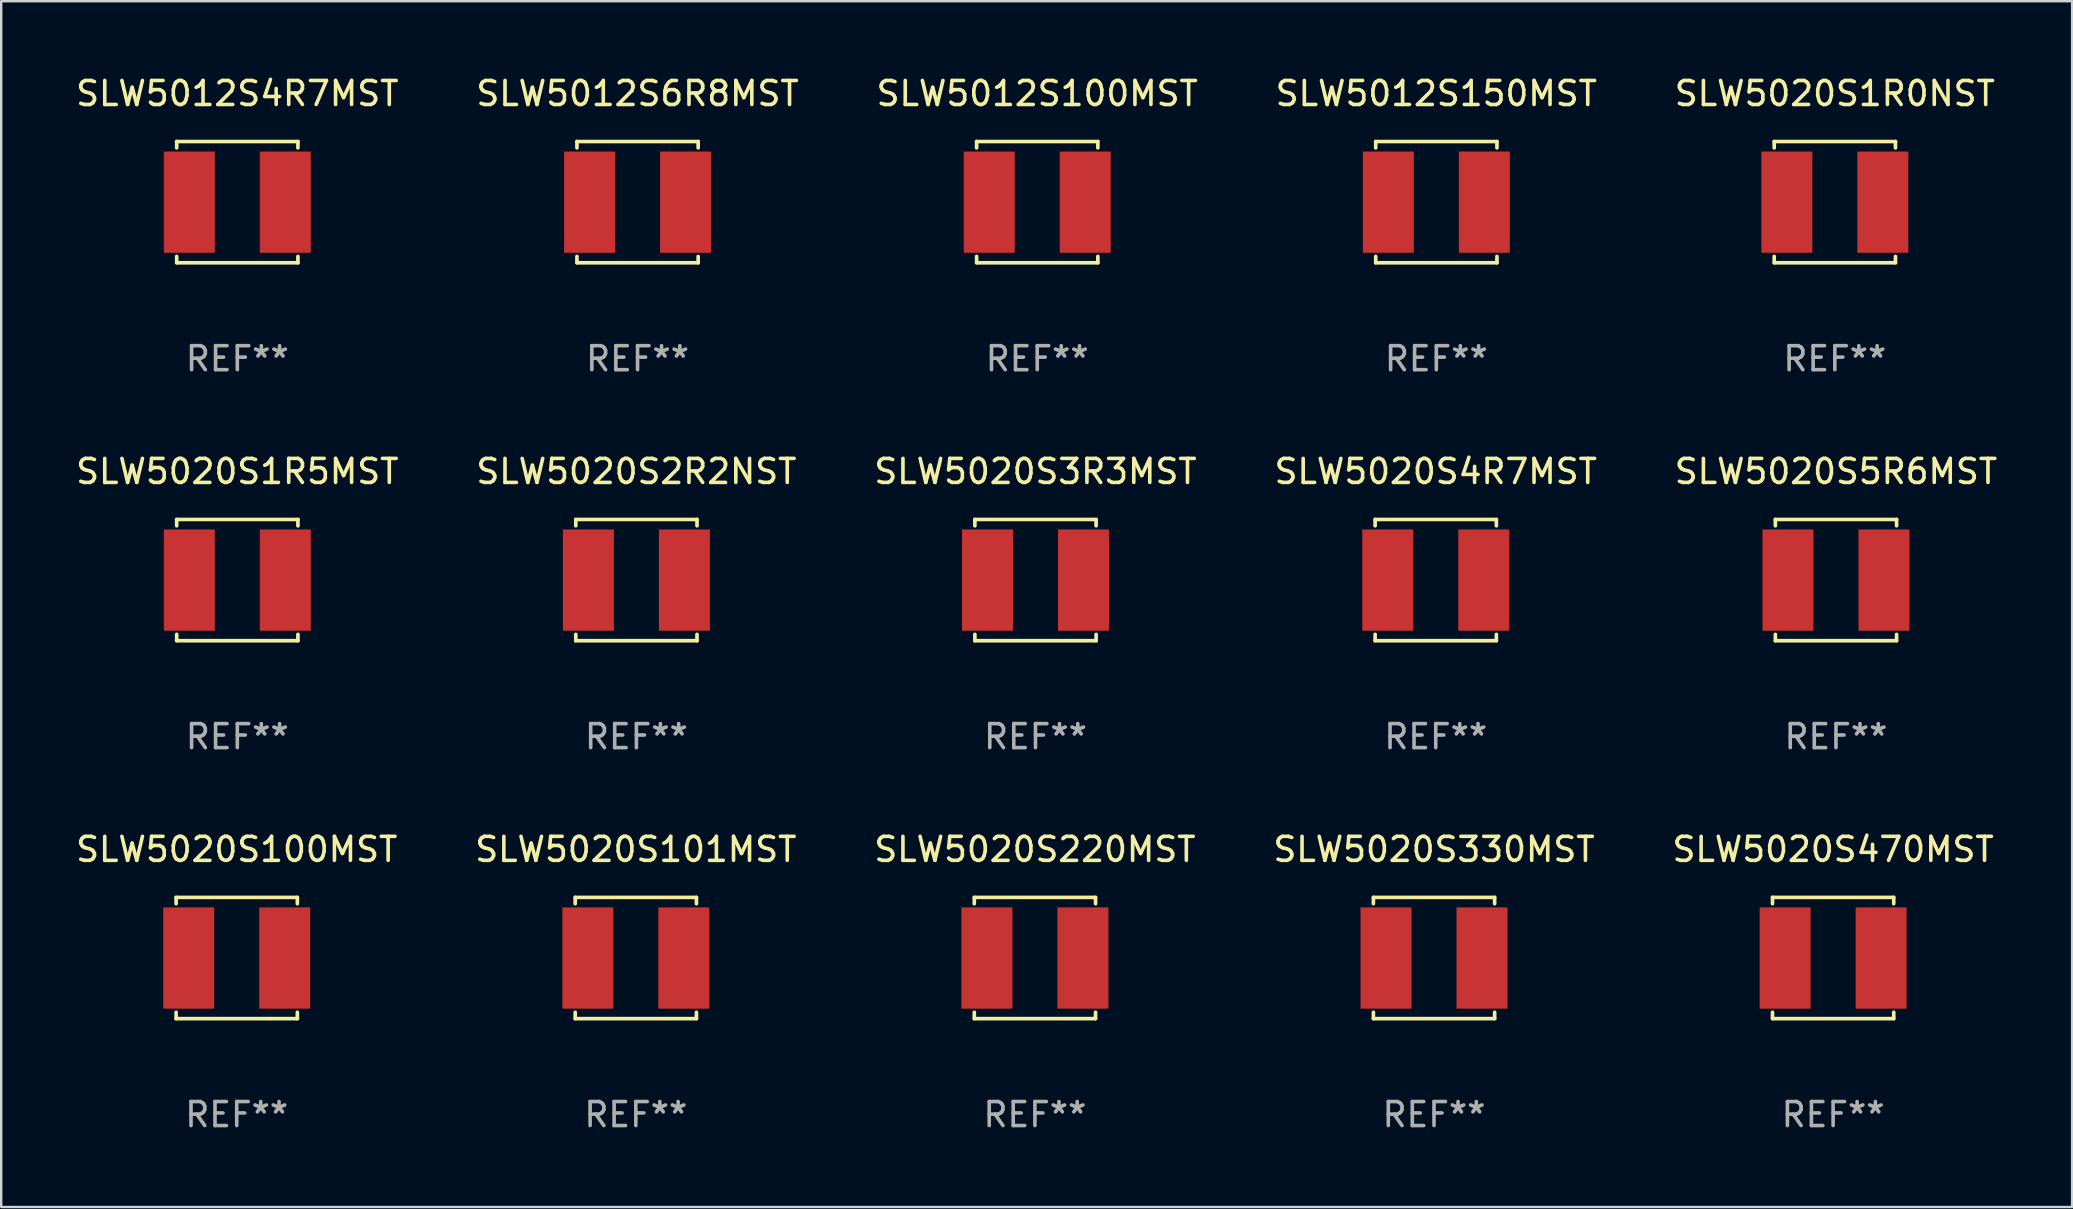
<source format=kicad_pcb>
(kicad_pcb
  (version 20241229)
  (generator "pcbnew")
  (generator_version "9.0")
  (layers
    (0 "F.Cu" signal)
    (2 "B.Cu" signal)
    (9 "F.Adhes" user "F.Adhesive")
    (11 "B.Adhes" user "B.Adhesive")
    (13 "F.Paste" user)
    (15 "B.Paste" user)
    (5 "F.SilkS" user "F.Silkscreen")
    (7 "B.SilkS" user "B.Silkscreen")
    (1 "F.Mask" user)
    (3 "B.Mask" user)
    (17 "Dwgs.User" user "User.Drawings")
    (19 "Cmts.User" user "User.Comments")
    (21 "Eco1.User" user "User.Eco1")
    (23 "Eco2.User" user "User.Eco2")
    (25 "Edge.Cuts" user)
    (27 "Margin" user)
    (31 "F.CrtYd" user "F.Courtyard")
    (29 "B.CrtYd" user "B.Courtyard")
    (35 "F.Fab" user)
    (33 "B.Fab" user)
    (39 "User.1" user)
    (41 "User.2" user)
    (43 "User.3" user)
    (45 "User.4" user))
  (footprint "SLW5020S220MST"
    (layer "F.Cu")
    (at 40.077 36.872)
    (property "Reference" "SLW5020S220MST" (at 0 -4.526 0) (layer "F.SilkS") (effects (font (size 1 1) (thickness 0.15))))
    (attr through_hole)
    (fp_line (start -2.526 -2.526) (end 2.526 -2.526) (stroke (width 0.152) (type solid)) (layer "F.SilkS"))
    (fp_line (start -2.526 -2.262) (end -2.526 -2.526) (stroke (width 0.152) (type solid)) (layer "F.SilkS"))
    (fp_line (start -2.526 2.262) (end -2.526 2.526) (stroke (width 0.152) (type solid)) (layer "F.SilkS"))
    (fp_line (start -2.526 2.526) (end 2.526 2.526) (stroke (width 0.152) (type solid)) (layer "F.SilkS"))
    (fp_line (start 2.526 -2.526) (end 2.526 -2.262) (stroke (width 0.152) (type solid)) (layer "F.SilkS"))
    (fp_line (start 2.526 2.526) (end 2.526 2.262) (stroke (width 0.152) (type solid)) (layer "F.SilkS"))
    (fp_circle (center 2.5 -2.5) (end 2.53 -2.5) (stroke (width 0.06) (type solid)) (fill no) (layer "F.SilkS"))
    (fp_text user "REF**" (at 0 6.526 0) (layer "F.Fab") (effects (font (size 1 1) (thickness 0.15))))
    (pad "1" smd rect (at 2 0) (size 2.124 4.22) (layers "F.Cu" "F.Mask" "F.Paste"))
    (pad "2" smd rect (at -2 0) (size 2.124 4.22) (layers "F.Cu" "F.Mask" "F.Paste")))
  (footprint "SLW5020S3R3MST"
    (layer "F.Cu")
    (at 40.101 21.123)
    (property "Reference" "SLW5020S3R3MST" (at 0 -4.526 0) (layer "F.SilkS") (effects (font (size 1 1) (thickness 0.15))))
    (attr through_hole)
    (fp_line (start -2.526 -2.526) (end 2.526 -2.526) (stroke (width 0.152) (type solid)) (layer "F.SilkS"))
    (fp_line (start -2.526 -2.262) (end -2.526 -2.526) (stroke (width 0.152) (type solid)) (layer "F.SilkS"))
    (fp_line (start -2.526 2.262) (end -2.526 2.526) (stroke (width 0.152) (type solid)) (layer "F.SilkS"))
    (fp_line (start -2.526 2.526) (end 2.526 2.526) (stroke (width 0.152) (type solid)) (layer "F.SilkS"))
    (fp_line (start 2.526 -2.526) (end 2.526 -2.262) (stroke (width 0.152) (type solid)) (layer "F.SilkS"))
    (fp_line (start 2.526 2.526) (end 2.526 2.262) (stroke (width 0.152) (type solid)) (layer "F.SilkS"))
    (fp_circle (center 2.5 -2.5) (end 2.53 -2.5) (stroke (width 0.06) (type solid)) (fill no) (layer "F.SilkS"))
    (fp_text user "REF**" (at 0 6.526 0) (layer "F.Fab") (effects (font (size 1 1) (thickness 0.15))))
    (pad "1" smd rect (at 2 0) (size 2.124 4.22) (layers "F.Cu" "F.Mask" "F.Paste"))
    (pad "2" smd rect (at -2 0) (size 2.124 4.22) (layers "F.Cu" "F.Mask" "F.Paste")))
  (footprint "SLW5020S2R2NST"
    (layer "F.Cu")
    (at 23.47 21.123)
    (property "Reference" "SLW5020S2R2NST" (at 0 -4.526 0) (layer "F.SilkS") (effects (font (size 1 1) (thickness 0.15))))
    (attr through_hole)
    (fp_line (start -2.526 -2.526) (end 2.526 -2.526) (stroke (width 0.152) (type solid)) (layer "F.SilkS"))
    (fp_line (start -2.526 -2.262) (end -2.526 -2.526) (stroke (width 0.152) (type solid)) (layer "F.SilkS"))
    (fp_line (start -2.526 2.262) (end -2.526 2.526) (stroke (width 0.152) (type solid)) (layer "F.SilkS"))
    (fp_line (start -2.526 2.526) (end 2.526 2.526) (stroke (width 0.152) (type solid)) (layer "F.SilkS"))
    (fp_line (start 2.526 -2.526) (end 2.526 -2.262) (stroke (width 0.152) (type solid)) (layer "F.SilkS"))
    (fp_line (start 2.526 2.526) (end 2.526 2.262) (stroke (width 0.152) (type solid)) (layer "F.SilkS"))
    (fp_circle (center 2.5 -2.5) (end 2.53 -2.5) (stroke (width 0.06) (type solid)) (fill no) (layer "F.SilkS"))
    (fp_text user "REF**" (at 0 6.526 0) (layer "F.Fab") (effects (font (size 1 1) (thickness 0.15))))
    (pad "1" smd rect (at 2 0) (size 2.124 4.22) (layers "F.Cu" "F.Mask" "F.Paste"))
    (pad "2" smd rect (at -2 0) (size 2.124 4.22) (layers "F.Cu" "F.Mask" "F.Paste")))
  (footprint "SLW5020S1R5MST"
    (layer "F.Cu")
    (at 6.839 21.123)
    (property "Reference" "SLW5020S1R5MST" (at 0 -4.526 0) (layer "F.SilkS") (effects (font (size 1 1) (thickness 0.15))))
    (attr through_hole)
    (fp_line (start -2.526 -2.526) (end 2.526 -2.526) (stroke (width 0.152) (type solid)) (layer "F.SilkS"))
    (fp_line (start -2.526 -2.262) (end -2.526 -2.526) (stroke (width 0.152) (type solid)) (layer "F.SilkS"))
    (fp_line (start -2.526 2.262) (end -2.526 2.526) (stroke (width 0.152) (type solid)) (layer "F.SilkS"))
    (fp_line (start -2.526 2.526) (end 2.526 2.526) (stroke (width 0.152) (type solid)) (layer "F.SilkS"))
    (fp_line (start 2.526 -2.526) (end 2.526 -2.262) (stroke (width 0.152) (type solid)) (layer "F.SilkS"))
    (fp_line (start 2.526 2.526) (end 2.526 2.262) (stroke (width 0.152) (type solid)) (layer "F.SilkS"))
    (fp_circle (center 2.5 -2.5) (end 2.53 -2.5) (stroke (width 0.06) (type solid)) (fill no) (layer "F.SilkS"))
    (fp_text user "REF**" (at 0 6.526 0) (layer "F.Fab") (effects (font (size 1 1) (thickness 0.15))))
    (pad "1" smd rect (at 2 0) (size 2.124 4.22) (layers "F.Cu" "F.Mask" "F.Paste"))
    (pad "2" smd rect (at -2 0) (size 2.124 4.22) (layers "F.Cu" "F.Mask" "F.Paste")))
  (footprint "SLW5012S150MST"
    (layer "F.Cu")
    (at 56.804 5.374)
    (property "Reference" "SLW5012S150MST" (at 0 -4.526 0) (layer "F.SilkS") (effects (font (size 1 1) (thickness 0.15))))
    (attr through_hole)
    (fp_line (start -2.526 -2.526) (end 2.526 -2.526) (stroke (width 0.152) (type solid)) (layer "F.SilkS"))
    (fp_line (start -2.526 -2.262) (end -2.526 -2.526) (stroke (width 0.152) (type solid)) (layer "F.SilkS"))
    (fp_line (start -2.526 2.262) (end -2.526 2.526) (stroke (width 0.152) (type solid)) (layer "F.SilkS"))
    (fp_line (start -2.526 2.526) (end 2.526 2.526) (stroke (width 0.152) (type solid)) (layer "F.SilkS"))
    (fp_line (start 2.526 -2.526) (end 2.526 -2.262) (stroke (width 0.152) (type solid)) (layer "F.SilkS"))
    (fp_line (start 2.526 2.526) (end 2.526 2.262) (stroke (width 0.152) (type solid)) (layer "F.SilkS"))
    (fp_circle (center 2.5 -2.5) (end 2.53 -2.5) (stroke (width 0.06) (type solid)) (fill no) (layer "F.SilkS"))
    (fp_text user "REF**" (at 0 6.526 0) (layer "F.Fab") (effects (font (size 1 1) (thickness 0.15))))
    (pad "1" smd rect (at 2 0) (size 2.124 4.22) (layers "F.Cu" "F.Mask" "F.Paste"))
    (pad "2" smd rect (at -2 0) (size 2.124 4.22) (layers "F.Cu" "F.Mask" "F.Paste")))
  (footprint "SLW5020S4R7MST"
    (layer "F.Cu")
    (at 56.78 21.123)
    (property "Reference" "SLW5020S4R7MST" (at 0 -4.526 0) (layer "F.SilkS") (effects (font (size 1 1) (thickness 0.15))))
    (attr through_hole)
    (fp_line (start -2.526 -2.526) (end 2.526 -2.526) (stroke (width 0.152) (type solid)) (layer "F.SilkS"))
    (fp_line (start -2.526 -2.262) (end -2.526 -2.526) (stroke (width 0.152) (type solid)) (layer "F.SilkS"))
    (fp_line (start -2.526 2.262) (end -2.526 2.526) (stroke (width 0.152) (type solid)) (layer "F.SilkS"))
    (fp_line (start -2.526 2.526) (end 2.526 2.526) (stroke (width 0.152) (type solid)) (layer "F.SilkS"))
    (fp_line (start 2.526 -2.526) (end 2.526 -2.262) (stroke (width 0.152) (type solid)) (layer "F.SilkS"))
    (fp_line (start 2.526 2.526) (end 2.526 2.262) (stroke (width 0.152) (type solid)) (layer "F.SilkS"))
    (fp_circle (center 2.5 -2.5) (end 2.53 -2.5) (stroke (width 0.06) (type solid)) (fill no) (layer "F.SilkS"))
    (fp_text user "REF**" (at 0 6.526 0) (layer "F.Fab") (effects (font (size 1 1) (thickness 0.15))))
    (pad "1" smd rect (at 2 0) (size 2.124 4.22) (layers "F.Cu" "F.Mask" "F.Paste"))
    (pad "2" smd rect (at -2 0) (size 2.124 4.22) (layers "F.Cu" "F.Mask" "F.Paste")))
  (footprint "SLW5012S6R8MST"
    (layer "F.Cu")
    (at 23.518 5.374)
    (property "Reference" "SLW5012S6R8MST" (at 0 -4.526 0) (layer "F.SilkS") (effects (font (size 1 1) (thickness 0.15))))
    (attr through_hole)
    (fp_line (start -2.526 -2.526) (end 2.526 -2.526) (stroke (width 0.152) (type solid)) (layer "F.SilkS"))
    (fp_line (start -2.526 -2.262) (end -2.526 -2.526) (stroke (width 0.152) (type solid)) (layer "F.SilkS"))
    (fp_line (start -2.526 2.262) (end -2.526 2.526) (stroke (width 0.152) (type solid)) (layer "F.SilkS"))
    (fp_line (start -2.526 2.526) (end 2.526 2.526) (stroke (width 0.152) (type solid)) (layer "F.SilkS"))
    (fp_line (start 2.526 -2.526) (end 2.526 -2.262) (stroke (width 0.152) (type solid)) (layer "F.SilkS"))
    (fp_line (start 2.526 2.526) (end 2.526 2.262) (stroke (width 0.152) (type solid)) (layer "F.SilkS"))
    (fp_circle (center 2.5 -2.5) (end 2.53 -2.5) (stroke (width 0.06) (type solid)) (fill no) (layer "F.SilkS"))
    (fp_text user "REF**" (at 0 6.526 0) (layer "F.Fab") (effects (font (size 1 1) (thickness 0.15))))
    (pad "1" smd rect (at 2 0) (size 2.124 4.22) (layers "F.Cu" "F.Mask" "F.Paste"))
    (pad "2" smd rect (at -2 0) (size 2.124 4.22) (layers "F.Cu" "F.Mask" "F.Paste")))
  (footprint "SLW5020S100MST"
    (layer "F.Cu")
    (at 6.815 36.872)
    (property "Reference" "SLW5020S100MST" (at 0 -4.526 0) (layer "F.SilkS") (effects (font (size 1 1) (thickness 0.15))))
    (attr through_hole)
    (fp_line (start -2.526 -2.526) (end 2.526 -2.526) (stroke (width 0.152) (type solid)) (layer "F.SilkS"))
    (fp_line (start -2.526 -2.262) (end -2.526 -2.526) (stroke (width 0.152) (type solid)) (layer "F.SilkS"))
    (fp_line (start -2.526 2.262) (end -2.526 2.526) (stroke (width 0.152) (type solid)) (layer "F.SilkS"))
    (fp_line (start -2.526 2.526) (end 2.526 2.526) (stroke (width 0.152) (type solid)) (layer "F.SilkS"))
    (fp_line (start 2.526 -2.526) (end 2.526 -2.262) (stroke (width 0.152) (type solid)) (layer "F.SilkS"))
    (fp_line (start 2.526 2.526) (end 2.526 2.262) (stroke (width 0.152) (type solid)) (layer "F.SilkS"))
    (fp_circle (center 2.5 -2.5) (end 2.53 -2.5) (stroke (width 0.06) (type solid)) (fill no) (layer "F.SilkS"))
    (fp_text user "REF**" (at 0 6.526 0) (layer "F.Fab") (effects (font (size 1 1) (thickness 0.15))))
    (pad "1" smd rect (at 2 0) (size 2.124 4.22) (layers "F.Cu" "F.Mask" "F.Paste"))
    (pad "2" smd rect (at -2 0) (size 2.124 4.22) (layers "F.Cu" "F.Mask" "F.Paste")))
  (footprint "SLW5020S101MST"
    (layer "F.Cu")
    (at 23.446 36.872)
    (property "Reference" "SLW5020S101MST" (at 0 -4.526 0) (layer "F.SilkS") (effects (font (size 1 1) (thickness 0.15))))
    (attr through_hole)
    (fp_line (start -2.526 -2.526) (end 2.526 -2.526) (stroke (width 0.152) (type solid)) (layer "F.SilkS"))
    (fp_line (start -2.526 -2.262) (end -2.526 -2.526) (stroke (width 0.152) (type solid)) (layer "F.SilkS"))
    (fp_line (start -2.526 2.262) (end -2.526 2.526) (stroke (width 0.152) (type solid)) (layer "F.SilkS"))
    (fp_line (start -2.526 2.526) (end 2.526 2.526) (stroke (width 0.152) (type solid)) (layer "F.SilkS"))
    (fp_line (start 2.526 -2.526) (end 2.526 -2.262) (stroke (width 0.152) (type solid)) (layer "F.SilkS"))
    (fp_line (start 2.526 2.526) (end 2.526 2.262) (stroke (width 0.152) (type solid)) (layer "F.SilkS"))
    (fp_circle (center 2.5 -2.5) (end 2.53 -2.5) (stroke (width 0.06) (type solid)) (fill no) (layer "F.SilkS"))
    (fp_text user "REF**" (at 0 6.526 0) (layer "F.Fab") (effects (font (size 1 1) (thickness 0.15))))
    (pad "1" smd rect (at 2 0) (size 2.124 4.22) (layers "F.Cu" "F.Mask" "F.Paste"))
    (pad "2" smd rect (at -2 0) (size 2.124 4.22) (layers "F.Cu" "F.Mask" "F.Paste")))
  (footprint "SLW5020S5R6MST"
    (layer "F.Cu")
    (at 73.458 21.123)
    (property "Reference" "SLW5020S5R6MST" (at 0 -4.526 0) (layer "F.SilkS") (effects (font (size 1 1) (thickness 0.15))))
    (attr through_hole)
    (fp_line (start -2.526 -2.526) (end 2.526 -2.526) (stroke (width 0.152) (type solid)) (layer "F.SilkS"))
    (fp_line (start -2.526 -2.262) (end -2.526 -2.526) (stroke (width 0.152) (type solid)) (layer "F.SilkS"))
    (fp_line (start -2.526 2.262) (end -2.526 2.526) (stroke (width 0.152) (type solid)) (layer "F.SilkS"))
    (fp_line (start -2.526 2.526) (end 2.526 2.526) (stroke (width 0.152) (type solid)) (layer "F.SilkS"))
    (fp_line (start 2.526 -2.526) (end 2.526 -2.262) (stroke (width 0.152) (type solid)) (layer "F.SilkS"))
    (fp_line (start 2.526 2.526) (end 2.526 2.262) (stroke (width 0.152) (type solid)) (layer "F.SilkS"))
    (fp_circle (center 2.5 -2.5) (end 2.53 -2.5) (stroke (width 0.06) (type solid)) (fill no) (layer "F.SilkS"))
    (fp_text user "REF**" (at 0 6.526 0) (layer "F.Fab") (effects (font (size 1 1) (thickness 0.15))))
    (pad "1" smd rect (at 2 0) (size 2.124 4.22) (layers "F.Cu" "F.Mask" "F.Paste"))
    (pad "2" smd rect (at -2 0) (size 2.124 4.22) (layers "F.Cu" "F.Mask" "F.Paste")))
  (footprint "SLW5020S470MST"
    (layer "F.Cu")
    (at 73.339 36.872)
    (property "Reference" "SLW5020S470MST" (at 0 -4.526 0) (layer "F.SilkS") (effects (font (size 1 1) (thickness 0.15))))
    (attr through_hole)
    (fp_line (start -2.526 -2.526) (end 2.526 -2.526) (stroke (width 0.152) (type solid)) (layer "F.SilkS"))
    (fp_line (start -2.526 -2.262) (end -2.526 -2.526) (stroke (width 0.152) (type solid)) (layer "F.SilkS"))
    (fp_line (start -2.526 2.262) (end -2.526 2.526) (stroke (width 0.152) (type solid)) (layer "F.SilkS"))
    (fp_line (start -2.526 2.526) (end 2.526 2.526) (stroke (width 0.152) (type solid)) (layer "F.SilkS"))
    (fp_line (start 2.526 -2.526) (end 2.526 -2.262) (stroke (width 0.152) (type solid)) (layer "F.SilkS"))
    (fp_line (start 2.526 2.526) (end 2.526 2.262) (stroke (width 0.152) (type solid)) (layer "F.SilkS"))
    (fp_circle (center 2.5 -2.5) (end 2.53 -2.5) (stroke (width 0.06) (type solid)) (fill no) (layer "F.SilkS"))
    (fp_text user "REF**" (at 0 6.526 0) (layer "F.Fab") (effects (font (size 1 1) (thickness 0.15))))
    (pad "1" smd rect (at 2 0) (size 2.124 4.22) (layers "F.Cu" "F.Mask" "F.Paste"))
    (pad "2" smd rect (at -2 0) (size 2.124 4.22) (layers "F.Cu" "F.Mask" "F.Paste")))
  (footprint "SLW5020S1R0NST"
    (layer "F.Cu")
    (at 73.411 5.374)
    (property "Reference" "SLW5020S1R0NST" (at 0 -4.526 0) (layer "F.SilkS") (effects (font (size 1 1) (thickness 0.15))))
    (attr through_hole)
    (fp_line (start -2.526 -2.526) (end 2.526 -2.526) (stroke (width 0.152) (type solid)) (layer "F.SilkS"))
    (fp_line (start -2.526 -2.262) (end -2.526 -2.526) (stroke (width 0.152) (type solid)) (layer "F.SilkS"))
    (fp_line (start -2.526 2.262) (end -2.526 2.526) (stroke (width 0.152) (type solid)) (layer "F.SilkS"))
    (fp_line (start -2.526 2.526) (end 2.526 2.526) (stroke (width 0.152) (type solid)) (layer "F.SilkS"))
    (fp_line (start 2.526 -2.526) (end 2.526 -2.262) (stroke (width 0.152) (type solid)) (layer "F.SilkS"))
    (fp_line (start 2.526 2.526) (end 2.526 2.262) (stroke (width 0.152) (type solid)) (layer "F.SilkS"))
    (fp_circle (center 2.5 -2.5) (end 2.53 -2.5) (stroke (width 0.06) (type solid)) (fill no) (layer "F.SilkS"))
    (fp_text user "REF**" (at 0 6.526 0) (layer "F.Fab") (effects (font (size 1 1) (thickness 0.15))))
    (pad "1" smd rect (at 2 0) (size 2.124 4.22) (layers "F.Cu" "F.Mask" "F.Paste"))
    (pad "2" smd rect (at -2 0) (size 2.124 4.22) (layers "F.Cu" "F.Mask" "F.Paste")))
  (footprint "SLW5012S4R7MST"
    (layer "F.Cu")
    (at 6.839 5.374)
    (property "Reference" "SLW5012S4R7MST" (at 0 -4.526 0) (layer "F.SilkS") (effects (font (size 1 1) (thickness 0.15))))
    (attr through_hole)
    (fp_line (start -2.526 -2.526) (end 2.526 -2.526) (stroke (width 0.152) (type solid)) (layer "F.SilkS"))
    (fp_line (start -2.526 -2.262) (end -2.526 -2.526) (stroke (width 0.152) (type solid)) (layer "F.SilkS"))
    (fp_line (start -2.526 2.262) (end -2.526 2.526) (stroke (width 0.152) (type solid)) (layer "F.SilkS"))
    (fp_line (start -2.526 2.526) (end 2.526 2.526) (stroke (width 0.152) (type solid)) (layer "F.SilkS"))
    (fp_line (start 2.526 -2.526) (end 2.526 -2.262) (stroke (width 0.152) (type solid)) (layer "F.SilkS"))
    (fp_line (start 2.526 2.526) (end 2.526 2.262) (stroke (width 0.152) (type solid)) (layer "F.SilkS"))
    (fp_circle (center 2.5 -2.5) (end 2.53 -2.5) (stroke (width 0.06) (type solid)) (fill no) (layer "F.SilkS"))
    (fp_text user "REF**" (at 0 6.526 0) (layer "F.Fab") (effects (font (size 1 1) (thickness 0.15))))
    (pad "1" smd rect (at 2 0) (size 2.124 4.22) (layers "F.Cu" "F.Mask" "F.Paste"))
    (pad "2" smd rect (at -2 0) (size 2.124 4.22) (layers "F.Cu" "F.Mask" "F.Paste")))
  (footprint "SLW5020S330MST"
    (layer "F.Cu")
    (at 56.708 36.872)
    (property "Reference" "SLW5020S330MST" (at 0 -4.526 0) (layer "F.SilkS") (effects (font (size 1 1) (thickness 0.15))))
    (attr through_hole)
    (fp_line (start -2.526 -2.526) (end 2.526 -2.526) (stroke (width 0.152) (type solid)) (layer "F.SilkS"))
    (fp_line (start -2.526 -2.262) (end -2.526 -2.526) (stroke (width 0.152) (type solid)) (layer "F.SilkS"))
    (fp_line (start -2.526 2.262) (end -2.526 2.526) (stroke (width 0.152) (type solid)) (layer "F.SilkS"))
    (fp_line (start -2.526 2.526) (end 2.526 2.526) (stroke (width 0.152) (type solid)) (layer "F.SilkS"))
    (fp_line (start 2.526 -2.526) (end 2.526 -2.262) (stroke (width 0.152) (type solid)) (layer "F.SilkS"))
    (fp_line (start 2.526 2.526) (end 2.526 2.262) (stroke (width 0.152) (type solid)) (layer "F.SilkS"))
    (fp_circle (center 2.5 -2.5) (end 2.53 -2.5) (stroke (width 0.06) (type solid)) (fill no) (layer "F.SilkS"))
    (fp_text user "REF**" (at 0 6.526 0) (layer "F.Fab") (effects (font (size 1 1) (thickness 0.15))))
    (pad "1" smd rect (at 2 0) (size 2.124 4.22) (layers "F.Cu" "F.Mask" "F.Paste"))
    (pad "2" smd rect (at -2 0) (size 2.124 4.22) (layers "F.Cu" "F.Mask" "F.Paste")))
  (footprint "SLW5012S100MST"
    (layer "F.Cu")
    (at 40.173 5.374)
    (property "Reference" "SLW5012S100MST" (at 0 -4.526 0) (layer "F.SilkS") (effects (font (size 1 1) (thickness 0.15))))
    (attr through_hole)
    (fp_line (start -2.526 -2.526) (end 2.526 -2.526) (stroke (width 0.152) (type solid)) (layer "F.SilkS"))
    (fp_line (start -2.526 -2.262) (end -2.526 -2.526) (stroke (width 0.152) (type solid)) (layer "F.SilkS"))
    (fp_line (start -2.526 2.262) (end -2.526 2.526) (stroke (width 0.152) (type solid)) (layer "F.SilkS"))
    (fp_line (start -2.526 2.526) (end 2.526 2.526) (stroke (width 0.152) (type solid)) (layer "F.SilkS"))
    (fp_line (start 2.526 -2.526) (end 2.526 -2.262) (stroke (width 0.152) (type solid)) (layer "F.SilkS"))
    (fp_line (start 2.526 2.526) (end 2.526 2.262) (stroke (width 0.152) (type solid)) (layer "F.SilkS"))
    (fp_circle (center 2.5 -2.5) (end 2.53 -2.5) (stroke (width 0.06) (type solid)) (fill no) (layer "F.SilkS"))
    (fp_text user "REF**" (at 0 6.526 0) (layer "F.Fab") (effects (font (size 1 1) (thickness 0.15))))
    (pad "1" smd rect (at 2 0) (size 2.124 4.22) (layers "F.Cu" "F.Mask" "F.Paste"))
    (pad "2" smd rect (at -2 0) (size 2.124 4.22) (layers "F.Cu" "F.Mask" "F.Paste")))
  (gr_rect
    (start -3 -3)
    (end 83.298 47.247)
    (stroke (width 0.1) (type default))
    (fill no)
    (layer "Edge.Cuts")))
</source>
